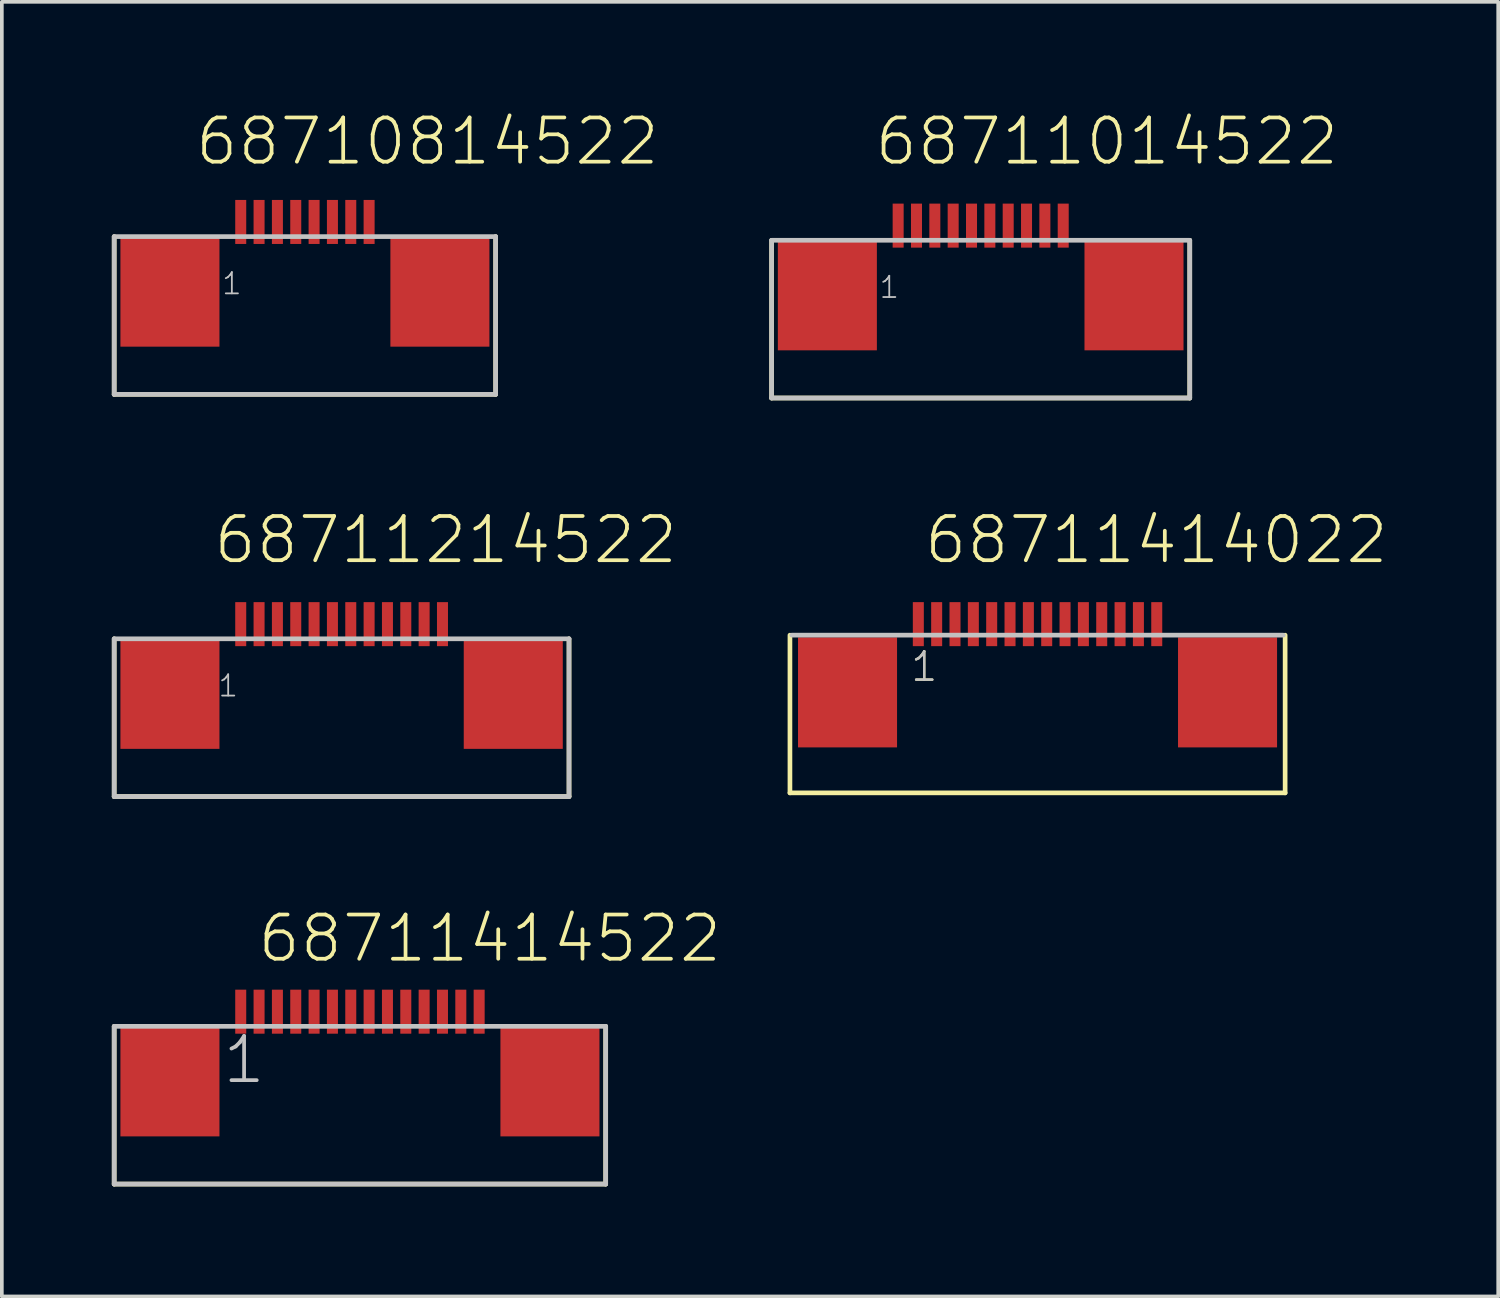
<source format=kicad_pcb>
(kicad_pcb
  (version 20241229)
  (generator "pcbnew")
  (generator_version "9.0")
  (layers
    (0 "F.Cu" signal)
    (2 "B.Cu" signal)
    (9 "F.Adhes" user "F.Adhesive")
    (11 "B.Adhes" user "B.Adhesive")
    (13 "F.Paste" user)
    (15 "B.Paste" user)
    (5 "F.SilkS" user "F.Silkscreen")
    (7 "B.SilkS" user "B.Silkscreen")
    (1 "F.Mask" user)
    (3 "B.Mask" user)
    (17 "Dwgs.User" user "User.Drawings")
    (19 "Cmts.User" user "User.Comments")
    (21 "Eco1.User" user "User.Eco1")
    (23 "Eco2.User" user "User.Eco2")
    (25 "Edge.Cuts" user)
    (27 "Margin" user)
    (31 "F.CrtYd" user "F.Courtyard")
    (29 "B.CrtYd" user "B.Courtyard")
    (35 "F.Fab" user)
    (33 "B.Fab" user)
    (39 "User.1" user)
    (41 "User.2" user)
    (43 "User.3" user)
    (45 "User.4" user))
  (footprint "68711414022"
    (layer "F.Cu")
    (at 25.236 15.826)
    (property "Reference" "68711414022" (at -3.144 -3.45 0) (layer "F.SilkS") (effects (font (size 1.206 1.206) (thickness 0.102)) (justify left bottom)))
    (attr through_hole)
    (fp_line (start -6.75 -1.56) (end -6.75 2.74) (stroke (width 0.127) (type solid)) (layer "F.SilkS"))
    (fp_line (start -6.75 2.74) (end 6.75 2.74) (stroke (width 0.127) (type solid)) (layer "F.SilkS"))
    (fp_line (start 6.75 2.74) (end 6.75 -1.56) (stroke (width 0.127) (type solid)) (layer "F.SilkS"))
    (fp_line (start 6.7 -1.56) (end -6.7 -1.56) (stroke (width 0.127) (type solid)) (layer "Dwgs.User"))
    (fp_text user "1" (at -3.5 -0.25 0) (layer "F.SilkS") (effects (font (size 0.772 0.772) (thickness 0.065)) (justify left bottom)))
    (fp_text user "1" (at -3.5 -0.25 0) (layer "Dwgs.User") (effects (font (size 0.772 0.772) (thickness 0.065)) (justify left bottom)))
    (pad "1" smd rect (at -3.25 -1.86) (size 0.3 1.2) (layers "F.Cu" "F.Mask" "F.Paste"))
    (pad "2" smd rect (at -2.75 -1.86) (size 0.3 1.2) (layers "F.Cu" "F.Mask" "F.Paste"))
    (pad "3" smd rect (at -2.25 -1.86) (size 0.3 1.2) (layers "F.Cu" "F.Mask" "F.Paste"))
    (pad "4" smd rect (at -1.75 -1.86) (size 0.3 1.2) (layers "F.Cu" "F.Mask" "F.Paste"))
    (pad "5" smd rect (at -1.25 -1.86) (size 0.3 1.2) (layers "F.Cu" "F.Mask" "F.Paste"))
    (pad "6" smd rect (at -0.75 -1.86) (size 0.3 1.2) (layers "F.Cu" "F.Mask" "F.Paste"))
    (pad "7" smd rect (at -0.25 -1.86) (size 0.3 1.2) (layers "F.Cu" "F.Mask" "F.Paste"))
    (pad "8" smd rect (at 0.25 -1.86) (size 0.3 1.2) (layers "F.Cu" "F.Mask" "F.Paste"))
    (pad "9" smd rect (at 0.75 -1.86) (size 0.3 1.2) (layers "F.Cu" "F.Mask" "F.Paste"))
    (pad "10" smd rect (at 1.25 -1.86) (size 0.3 1.2) (layers "F.Cu" "F.Mask" "F.Paste"))
    (pad "11" smd rect (at 1.75 -1.86) (size 0.3 1.2) (layers "F.Cu" "F.Mask" "F.Paste"))
    (pad "12" smd rect (at 2.25 -1.86) (size 0.3 1.2) (layers "F.Cu" "F.Mask" "F.Paste"))
    (pad "13" smd rect (at 2.75 -1.86) (size 0.3 1.2) (layers "F.Cu" "F.Mask" "F.Paste"))
    (pad "14" smd rect (at 3.25 -1.86) (size 0.3 1.2) (layers "F.Cu" "F.Mask" "F.Paste"))
    (pad "Z1" smd rect (at -5.18 0) (size 2.7 3) (layers "F.Cu" "F.Mask" "F.Paste"))
    (pad "Z2" smd rect (at 5.18 0) (size 2.7 3) (layers "F.Cu" "F.Mask" "F.Paste")))
  (footprint "68711014522"
    (layer "F.Cu")
    (at 23.686 5.001)
    (property "Reference" "68711014522" (at -2.944 -3.49 0) (layer "F.SilkS") (effects (font (size 1.206 1.206) (thickness 0.102)) (justify left bottom)))
    (attr through_hole)
    (fp_line (start -5.7 -1.5) (end -5.7 2.8) (stroke (width 0.127) (type solid)) (layer "F.SilkS"))
    (fp_line (start -5.7 2.8) (end 5.7 2.8) (stroke (width 0.127) (type solid)) (layer "F.SilkS"))
    (fp_line (start 5.7 2.8) (end 5.7 -1.5) (stroke (width 0.127) (type solid)) (layer "F.SilkS"))
    (fp_line (start -5.7 -1.5) (end 5.7 -1.5) (stroke (width 0.127) (type solid)) (layer "Dwgs.User"))
    (fp_line (start -5.7 2.8) (end -5.7 -1.5) (stroke (width 0.127) (type solid)) (layer "Dwgs.User"))
    (fp_line (start -5.7 2.8) (end 5.7 2.8) (stroke (width 0.127) (type solid)) (layer "Dwgs.User"))
    (fp_line (start 5.7 -1.5) (end 5.7 2.8) (stroke (width 0.127) (type solid)) (layer "Dwgs.User"))
    (fp_text user "1" (at -2.8 0.12 0) (layer "Dwgs.User") (effects (font (size 0.579 0.579) (thickness 0.049)) (justify left bottom)))
    (pad "1" smd rect (at -2.25 -1.9) (size 0.3 1.2) (layers "F.Cu" "F.Mask" "F.Paste"))
    (pad "2" smd rect (at -1.75 -1.9) (size 0.3 1.2) (layers "F.Cu" "F.Mask" "F.Paste"))
    (pad "3" smd rect (at -1.25 -1.9) (size 0.3 1.2) (layers "F.Cu" "F.Mask" "F.Paste"))
    (pad "4" smd rect (at -0.75 -1.9) (size 0.3 1.2) (layers "F.Cu" "F.Mask" "F.Paste"))
    (pad "5" smd rect (at -0.25 -1.9) (size 0.3 1.2) (layers "F.Cu" "F.Mask" "F.Paste"))
    (pad "6" smd rect (at 0.25 -1.9) (size 0.3 1.2) (layers "F.Cu" "F.Mask" "F.Paste"))
    (pad "7" smd rect (at 0.75 -1.9) (size 0.3 1.2) (layers "F.Cu" "F.Mask" "F.Paste"))
    (pad "8" smd rect (at 1.25 -1.9) (size 0.3 1.2) (layers "F.Cu" "F.Mask" "F.Paste"))
    (pad "9" smd rect (at 1.75 -1.9) (size 0.3 1.2) (layers "F.Cu" "F.Mask" "F.Paste"))
    (pad "10" smd rect (at 2.25 -1.9) (size 0.3 1.2) (layers "F.Cu" "F.Mask" "F.Paste"))
    (pad "Z1" smd rect (at -4.18 0) (size 2.7 3) (layers "F.Cu" "F.Mask" "F.Paste"))
    (pad "Z2" smd rect (at 4.18 0) (size 2.7 3) (layers "F.Cu" "F.Mask" "F.Paste")))
  (footprint "68711414522"
    (layer "F.Cu")
    (at 6.763 26.431)
    (property "Reference" "68711414522" (at -2.844 -3.19 0) (layer "F.SilkS") (effects (font (size 1.206 1.206) (thickness 0.102)) (justify left bottom)))
    (attr through_hole)
    (fp_line (start -6.7 -1.5) (end -6.7 2.8) (stroke (width 0.127) (type solid)) (layer "F.SilkS"))
    (fp_line (start -6.7 2.8) (end 6.7 2.8) (stroke (width 0.127) (type solid)) (layer "F.SilkS"))
    (fp_line (start 6.7 2.8) (end 6.7 -1.5) (stroke (width 0.127) (type solid)) (layer "F.SilkS"))
    (fp_line (start -6.7 -1.5) (end 6.7 -1.5) (stroke (width 0.127) (type solid)) (layer "Dwgs.User"))
    (fp_line (start -6.7 2.8) (end -6.7 -1.5) (stroke (width 0.127) (type solid)) (layer "Dwgs.User"))
    (fp_line (start -6.7 2.8) (end 6.7 2.8) (stroke (width 0.127) (type solid)) (layer "Dwgs.User"))
    (fp_line (start 6.7 -1.5) (end 6.7 2.8) (stroke (width 0.127) (type solid)) (layer "Dwgs.User"))
    (fp_text user "1" (at -3.8 0.12 0) (layer "Dwgs.User") (effects (font (size 1.206 1.206) (thickness 0.102)) (justify left bottom)))
    (pad "1" smd rect (at -3.25 -1.9) (size 0.3 1.2) (layers "F.Cu" "F.Mask" "F.Paste"))
    (pad "2" smd rect (at -2.75 -1.9) (size 0.3 1.2) (layers "F.Cu" "F.Mask" "F.Paste"))
    (pad "3" smd rect (at -2.25 -1.9) (size 0.3 1.2) (layers "F.Cu" "F.Mask" "F.Paste"))
    (pad "4" smd rect (at -1.75 -1.9) (size 0.3 1.2) (layers "F.Cu" "F.Mask" "F.Paste"))
    (pad "5" smd rect (at -1.25 -1.9) (size 0.3 1.2) (layers "F.Cu" "F.Mask" "F.Paste"))
    (pad "6" smd rect (at -0.75 -1.9) (size 0.3 1.2) (layers "F.Cu" "F.Mask" "F.Paste"))
    (pad "7" smd rect (at -0.25 -1.9) (size 0.3 1.2) (layers "F.Cu" "F.Mask" "F.Paste"))
    (pad "8" smd rect (at 0.25 -1.9) (size 0.3 1.2) (layers "F.Cu" "F.Mask" "F.Paste"))
    (pad "9" smd rect (at 0.75 -1.9) (size 0.3 1.2) (layers "F.Cu" "F.Mask" "F.Paste"))
    (pad "10" smd rect (at 1.25 -1.9) (size 0.3 1.2) (layers "F.Cu" "F.Mask" "F.Paste"))
    (pad "11" smd rect (at 1.75 -1.9) (size 0.3 1.2) (layers "F.Cu" "F.Mask" "F.Paste"))
    (pad "12" smd rect (at 2.25 -1.9) (size 0.3 1.2) (layers "F.Cu" "F.Mask" "F.Paste"))
    (pad "13" smd rect (at 2.75 -1.9) (size 0.3 1.2) (layers "F.Cu" "F.Mask" "F.Paste"))
    (pad "14" smd rect (at 3.25 -1.9) (size 0.3 1.2) (layers "F.Cu" "F.Mask" "F.Paste"))
    (pad "Z1" smd rect (at -5.18 0) (size 2.7 3) (layers "F.Cu" "F.Mask" "F.Paste"))
    (pad "Z2" smd rect (at 5.18 0) (size 2.7 3) (layers "F.Cu" "F.Mask" "F.Paste")))
  (footprint "68711214522"
    (layer "F.Cu")
    (at 6.263 15.866)
    (property "Reference" "68711214522" (at -3.544 -3.49 0) (layer "F.SilkS") (effects (font (size 1.206 1.206) (thickness 0.102)) (justify left bottom)))
    (attr through_hole)
    (fp_line (start -6.2 -1.5) (end -6.2 2.8) (stroke (width 0.127) (type solid)) (layer "F.SilkS"))
    (fp_line (start -6.2 2.8) (end 6.2 2.8) (stroke (width 0.127) (type solid)) (layer "F.SilkS"))
    (fp_line (start 6.2 2.8) (end 6.2 -1.5) (stroke (width 0.127) (type solid)) (layer "F.SilkS"))
    (fp_line (start -6.2 -1.5) (end 6.2 -1.5) (stroke (width 0.127) (type solid)) (layer "Dwgs.User"))
    (fp_line (start -6.2 2.8) (end -6.2 -1.5) (stroke (width 0.127) (type solid)) (layer "Dwgs.User"))
    (fp_line (start -6.2 2.8) (end 6.2 2.8) (stroke (width 0.127) (type solid)) (layer "Dwgs.User"))
    (fp_line (start 6.2 -1.5) (end 6.2 2.8) (stroke (width 0.127) (type solid)) (layer "Dwgs.User"))
    (fp_text user "1" (at -3.4 0.12 0) (layer "Dwgs.User") (effects (font (size 0.579 0.579) (thickness 0.049)) (justify left bottom)))
    (pad "1" smd rect (at -2.75 -1.9) (size 0.3 1.2) (layers "F.Cu" "F.Mask" "F.Paste"))
    (pad "2" smd rect (at -2.25 -1.9) (size 0.3 1.2) (layers "F.Cu" "F.Mask" "F.Paste"))
    (pad "3" smd rect (at -1.75 -1.9) (size 0.3 1.2) (layers "F.Cu" "F.Mask" "F.Paste"))
    (pad "4" smd rect (at -1.25 -1.9) (size 0.3 1.2) (layers "F.Cu" "F.Mask" "F.Paste"))
    (pad "5" smd rect (at -0.75 -1.9) (size 0.3 1.2) (layers "F.Cu" "F.Mask" "F.Paste"))
    (pad "6" smd rect (at -0.25 -1.9) (size 0.3 1.2) (layers "F.Cu" "F.Mask" "F.Paste"))
    (pad "7" smd rect (at 0.25 -1.9) (size 0.3 1.2) (layers "F.Cu" "F.Mask" "F.Paste"))
    (pad "8" smd rect (at 0.75 -1.9) (size 0.3 1.2) (layers "F.Cu" "F.Mask" "F.Paste"))
    (pad "9" smd rect (at 1.25 -1.9) (size 0.3 1.2) (layers "F.Cu" "F.Mask" "F.Paste"))
    (pad "10" smd rect (at 1.75 -1.9) (size 0.3 1.2) (layers "F.Cu" "F.Mask" "F.Paste"))
    (pad "11" smd rect (at 2.25 -1.9) (size 0.3 1.2) (layers "F.Cu" "F.Mask" "F.Paste"))
    (pad "12" smd rect (at 2.75 -1.9) (size 0.3 1.2) (layers "F.Cu" "F.Mask" "F.Paste"))
    (pad "Z1" smd rect (at -4.68 0) (size 2.7 3) (layers "F.Cu" "F.Mask" "F.Paste"))
    (pad "Z2" smd rect (at 4.68 0) (size 2.7 3) (layers "F.Cu" "F.Mask" "F.Paste")))
  (footprint "68710814522"
    (layer "F.Cu")
    (at 5.263 4.901)
    (property "Reference" "68710814522" (at -3.044 -3.39 0) (layer "F.SilkS") (effects (font (size 1.206 1.206) (thickness 0.102)) (justify left bottom)))
    (attr through_hole)
    (fp_line (start -5.2 -1.5) (end -5.2 2.8) (stroke (width 0.127) (type solid)) (layer "F.SilkS"))
    (fp_line (start -5.2 2.8) (end 5.2 2.8) (stroke (width 0.127) (type solid)) (layer "F.SilkS"))
    (fp_line (start 5.2 2.8) (end 5.2 -1.5) (stroke (width 0.127) (type solid)) (layer "F.SilkS"))
    (fp_line (start -5.2 -1.5) (end 5.2 -1.5) (stroke (width 0.127) (type solid)) (layer "Dwgs.User"))
    (fp_line (start -5.2 2.8) (end -5.2 -1.5) (stroke (width 0.127) (type solid)) (layer "Dwgs.User"))
    (fp_line (start -5.2 2.8) (end 5.2 2.8) (stroke (width 0.127) (type solid)) (layer "Dwgs.User"))
    (fp_line (start 5.2 -1.5) (end 5.2 2.8) (stroke (width 0.127) (type solid)) (layer "Dwgs.User"))
    (fp_text user "1" (at -2.3 0.12 0) (layer "Dwgs.User") (effects (font (size 0.579 0.579) (thickness 0.049)) (justify left bottom)))
    (pad "1" smd rect (at -1.75 -1.9) (size 0.3 1.2) (layers "F.Cu" "F.Mask" "F.Paste"))
    (pad "2" smd rect (at -1.25 -1.9) (size 0.3 1.2) (layers "F.Cu" "F.Mask" "F.Paste"))
    (pad "3" smd rect (at -0.75 -1.9) (size 0.3 1.2) (layers "F.Cu" "F.Mask" "F.Paste"))
    (pad "4" smd rect (at -0.25 -1.9) (size 0.3 1.2) (layers "F.Cu" "F.Mask" "F.Paste"))
    (pad "5" smd rect (at 0.25 -1.9) (size 0.3 1.2) (layers "F.Cu" "F.Mask" "F.Paste"))
    (pad "6" smd rect (at 0.75 -1.9) (size 0.3 1.2) (layers "F.Cu" "F.Mask" "F.Paste"))
    (pad "7" smd rect (at 1.25 -1.9) (size 0.3 1.2) (layers "F.Cu" "F.Mask" "F.Paste"))
    (pad "8" smd rect (at 1.75 -1.9) (size 0.3 1.2) (layers "F.Cu" "F.Mask" "F.Paste"))
    (pad "Z1" smd rect (at -3.68 0) (size 2.7 3) (layers "F.Cu" "F.Mask" "F.Paste"))
    (pad "Z2" smd rect (at 3.68 0) (size 2.7 3) (layers "F.Cu" "F.Mask" "F.Paste")))
  (gr_rect
    (start -3 -3)
    (end 37.795 32.295)
    (stroke (width 0.1) (type default))
    (fill no)
    (layer "Edge.Cuts")))
</source>
